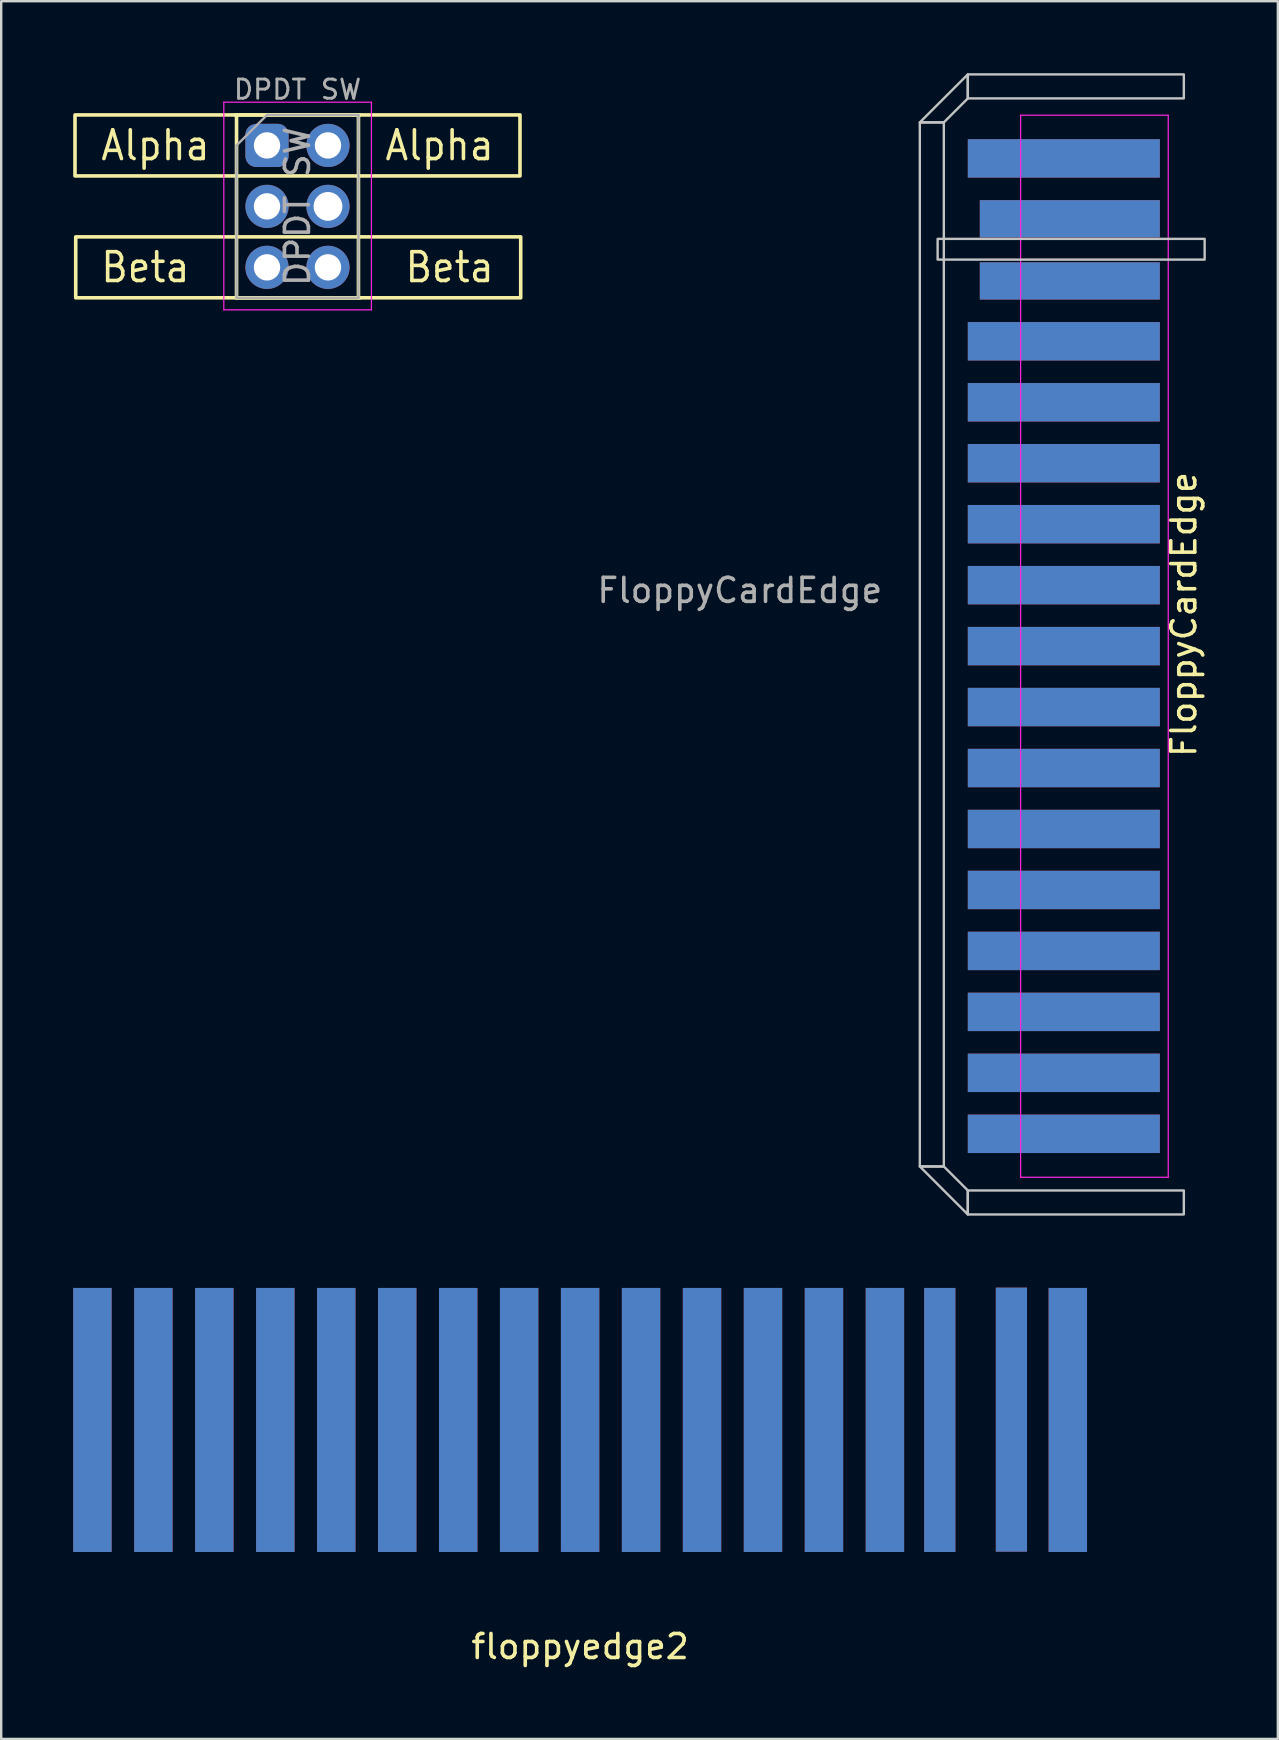
<source format=kicad_pcb>
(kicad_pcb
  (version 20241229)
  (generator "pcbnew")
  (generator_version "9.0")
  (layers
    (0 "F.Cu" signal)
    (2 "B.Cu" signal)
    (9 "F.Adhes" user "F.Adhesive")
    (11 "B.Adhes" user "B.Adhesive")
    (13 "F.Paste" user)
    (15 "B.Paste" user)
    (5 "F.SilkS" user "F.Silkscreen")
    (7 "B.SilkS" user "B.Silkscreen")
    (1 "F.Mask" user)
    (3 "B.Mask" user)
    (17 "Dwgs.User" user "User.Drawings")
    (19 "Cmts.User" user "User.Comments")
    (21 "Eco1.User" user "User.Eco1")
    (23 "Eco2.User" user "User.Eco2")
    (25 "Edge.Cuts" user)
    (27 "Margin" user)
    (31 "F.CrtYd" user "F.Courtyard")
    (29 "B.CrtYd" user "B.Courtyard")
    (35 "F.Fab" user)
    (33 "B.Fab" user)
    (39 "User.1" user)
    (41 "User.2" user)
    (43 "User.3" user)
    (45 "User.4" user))
  (footprint "DPDT SW"
    (layer "F.Cu")
    (at 8.075 3.009)
    (property "Reference" "DPDT SW" (at 1.27 -2.33 0) (layer "F.Fab") (effects (font (size 0.8 0.8) (thickness 0.12))))
    (attr through_hole)
    (fp_line (start -1.33 -1.27) (end 3.87 -1.27) (stroke (width 0.15) (type solid)) (layer "F.SilkS"))
    (fp_line (start -1.27 -1.27) (end -1.27 6.35) (stroke (width 0.15) (type solid)) (layer "F.SilkS"))
    (fp_line (start -1.27 6.35) (end 3.87 6.35) (stroke (width 0.15) (type solid)) (layer "F.SilkS"))
    (fp_line (start 3.81 -1.27) (end 3.81 6.35) (stroke (width 0.15) (type solid)) (layer "F.SilkS"))
    (fp_rect (start -8 -1.27) (end 10.54 1.27) (stroke (width 0.15) (type solid)) (fill no) (layer "F.SilkS"))
    (fp_rect (start -7.97 3.81) (end 10.57 6.35) (stroke (width 0.15) (type solid)) (fill no) (layer "F.SilkS"))
    (fp_line (start -1.8 -1.8) (end -1.8 6.85) (stroke (width 0.05) (type solid)) (layer "F.CrtYd"))
    (fp_line (start -1.8 6.85) (end 4.35 6.85) (stroke (width 0.05) (type solid)) (layer "F.CrtYd"))
    (fp_line (start 4.35 -1.8) (end -1.8 -1.8) (stroke (width 0.05) (type solid)) (layer "F.CrtYd"))
    (fp_line (start 4.35 6.85) (end 4.35 -1.8) (stroke (width 0.05) (type solid)) (layer "F.CrtYd"))
    (fp_line (start -1.27 0) (end 0 -1.27) (stroke (width 0.1) (type solid)) (layer "F.Fab"))
    (fp_line (start -1.27 6.35) (end -1.27 0) (stroke (width 0.1) (type solid)) (layer "F.Fab"))
    (fp_line (start 0 -1.27) (end 3.81 -1.27) (stroke (width 0.1) (type solid)) (layer "F.Fab"))
    (fp_line (start 3.81 -1.27) (end 3.81 6.35) (stroke (width 0.1) (type solid)) (layer "F.Fab"))
    (fp_line (start 3.81 6.35) (end -1.27 6.35) (stroke (width 0.1) (type solid)) (layer "F.Fab"))
    (fp_text user "Alpha" (at -7 0 0) (unlocked yes) (layer "F.SilkS") (effects (font (size 1.2 1.1) (thickness 0.15)) (justify left)))
    (fp_text user "Alpha" (at 9.54 0 0) (unlocked yes) (layer "F.SilkS") (effects (font (size 1.2 1.1) (thickness 0.15)) (justify right)))
    (fp_text user "Beta" (at -7 5.08 0) (unlocked yes) (layer "F.SilkS") (effects (font (size 1.2 1.1) (thickness 0.15)) (justify left)))
    (fp_text user "Beta" (at 9.54 5.08 0) (unlocked yes) (layer "F.SilkS") (effects (font (size 1.2 1.1) (thickness 0.15)) (justify right)))
    (fp_text user "${REFERENCE}" (at 1.27 2.54 90) (layer "F.Fab") (effects (font (size 1 1) (thickness 0.15))))
    (pad "1" thru_hole roundrect (at 0 0) (size 1.8 1.8) (drill 1.1) (layers "*.Cu" "*.Mask") (roundrect_rratio 0.25))
    (pad "2" thru_hole circle (at 0 2.54) (size 1.8 1.8) (drill 1.1) (layers "*.Cu" "*.Mask"))
    (pad "3" thru_hole circle (at 0 5.08) (size 1.8 1.8) (drill 1.1) (layers "*.Cu" "*.Mask"))
    (pad "4" thru_hole circle (at 2.54 0) (size 1.8 1.8) (drill 1.1) (layers "*.Cu" "*.Mask"))
    (pad "5" thru_hole circle (at 2.54 2.54) (size 1.8 1.8) (drill 1.2) (layers "*.Cu" "*.Mask"))
    (pad "6" thru_hole circle (at 2.54 5.08) (size 1.8 1.8) (drill 1.1) (layers "*.Cu" "*.Mask")))
  (footprint "FloppyCardEdge"
    (layer "F.Cu")
    (at 41.274 3.55)
    (property "Reference" "FloppyCardEdge" (at 5 19 90) (layer "F.SilkS") (effects (font (size 1 1) (thickness 0.15))))
    (attr through_hole)
    (fp_poly (pts (xy 4 43) (xy -5 43) (xy -5 -2.5) (xy 4 -2.5)) (stroke (width 0.1) (type solid)) (fill yes) (layer "F.Mask"))
    (fp_poly (pts (xy 4 43) (xy -5 43) (xy -5 -2.5) (xy 4 -2.5)) (stroke (width 0.1) (type solid)) (fill yes) (layer "B.Mask"))
    (fp_poly (pts (xy -5 42) (xy -6 42) (xy -6 -1.5) (xy -5 -1.5)) (stroke (width 0.1) (type solid)) (fill no) (layer "Dwgs.User"))
    (fp_poly (pts (xy -4 -2.5) (xy -5 -1.5) (xy -6 -1.5) (xy -4 -3.5)) (stroke (width 0.1) (type solid)) (fill no) (layer "Dwgs.User"))
    (fp_poly (pts (xy -4 43) (xy -4 44) (xy -6 42) (xy -5 42)) (stroke (width 0.1) (type solid)) (fill no) (layer "Dwgs.User"))
    (fp_poly (pts (xy 5 -2.5) (xy -4 -2.5) (xy -4 -3.5) (xy 5 -3.5)) (stroke (width 0.1) (type solid)) (fill no) (layer "Dwgs.User"))
    (fp_poly (pts (xy 5 44) (xy -4 44) (xy -4 43) (xy 5 43)) (stroke (width 0.1) (type solid)) (fill no) (layer "Dwgs.User"))
    (fp_poly (pts (xy 5.867 4.216) (xy -5.258 4.216) (xy -5.258 3.353) (xy 5.867 3.353)) (stroke (width 0.1) (type solid)) (fill no) (layer "Dwgs.User"))
    (fp_line (start -1.8 -1.8) (end -1.8 42.45) (stroke (width 0.05) (type solid)) (layer "F.CrtYd"))
    (fp_line (start -1.8 42.45) (end 4.35 42.45) (stroke (width 0.05) (type solid)) (layer "F.CrtYd"))
    (fp_line (start 4.35 -1.8) (end -1.8 -1.8) (stroke (width 0.05) (type solid)) (layer "F.CrtYd"))
    (fp_line (start 4.35 42.45) (end 4.35 -1.8) (stroke (width 0.05) (type solid)) (layer "F.CrtYd"))
    (fp_text user "${REFERENCE}" (at -13.5 18 180) (layer "F.Fab") (effects (font (size 1 1) (thickness 0.15))))
    (pad "1" connect rect (at 0 0) (size 8 1.6) (layers "F.Mask" "B.Cu"))
    (pad "2" connect rect (at 0 0) (size 8 1.6) (layers "F.Cu" "F.Mask"))
    (pad "3" connect rect (at 0.25 2.515) (size 7.5 1.55) (layers "F.Mask" "B.Cu"))
    (pad "4" connect rect (at 0.25 2.515) (size 7.5 1.55) (layers "F.Cu" "F.Mask"))
    (pad "5" connect rect (at 0.25 5.105) (size 7.5 1.55) (layers "F.Mask" "B.Cu"))
    (pad "6" connect rect (at 0.25 5.105) (size 7.5 1.55) (layers "F.Cu" "F.Mask"))
    (pad "7" connect rect (at 0 7.62) (size 8 1.6) (layers "F.Mask" "B.Cu"))
    (pad "8" connect rect (at 0 7.62) (size 8 1.6) (layers "F.Cu" "F.Mask"))
    (pad "9" connect rect (at 0 10.16) (size 8 1.6) (layers "F.Mask" "B.Cu"))
    (pad "10" connect rect (at 0 10.16) (size 8 1.6) (layers "F.Cu" "F.Mask"))
    (pad "11" connect rect (at 0 12.7) (size 8 1.6) (layers "F.Mask" "B.Cu"))
    (pad "12" connect rect (at 0 12.7) (size 8 1.6) (layers "F.Cu" "F.Mask"))
    (pad "13" connect rect (at 0 15.24) (size 8 1.6) (layers "F.Mask" "B.Cu"))
    (pad "14" connect rect (at 0 15.24) (size 8 1.6) (layers "F.Cu" "F.Mask"))
    (pad "15" connect rect (at 0 17.78) (size 8 1.6) (layers "F.Mask" "B.Cu"))
    (pad "16" connect rect (at 0 17.78) (size 8 1.6) (layers "F.Cu" "F.Mask"))
    (pad "17" connect rect (at 0 20.32) (size 8 1.6) (layers "F.Mask" "B.Cu"))
    (pad "18" connect rect (at 0 20.32) (size 8 1.6) (layers "F.Cu" "F.Mask"))
    (pad "19" connect rect (at 0 22.86) (size 8 1.6) (layers "F.Mask" "B.Cu"))
    (pad "20" connect rect (at 0 22.86) (size 8 1.6) (layers "F.Cu" "F.Mask"))
    (pad "21" connect rect (at 0 25.4) (size 8 1.6) (layers "F.Mask" "B.Cu"))
    (pad "22" connect rect (at 0 25.4) (size 8 1.6) (layers "F.Cu" "F.Mask"))
    (pad "23" connect rect (at 0 27.94) (size 8 1.6) (layers "F.Mask" "B.Cu"))
    (pad "24" connect rect (at 0 27.94) (size 8 1.6) (layers "F.Cu" "F.Mask"))
    (pad "25" connect rect (at 0 30.48) (size 8 1.6) (layers "F.Mask" "B.Cu"))
    (pad "26" connect rect (at 0 30.48) (size 8 1.6) (layers "F.Cu" "F.Mask"))
    (pad "27" connect rect (at 0 33.02) (size 8 1.6) (layers "F.Mask" "B.Cu"))
    (pad "28" connect rect (at 0 33.02) (size 8 1.6) (layers "F.Cu" "F.Mask"))
    (pad "29" connect rect (at 0 35.56) (size 8 1.6) (layers "F.Mask" "B.Cu"))
    (pad "30" connect rect (at 0 35.56) (size 8 1.6) (layers "F.Cu" "F.Mask"))
    (pad "31" connect rect (at 0 38.1) (size 8 1.6) (layers "F.Mask" "B.Cu"))
    (pad "32" connect rect (at 0 38.1) (size 8 1.6) (layers "F.Cu" "F.Mask"))
    (pad "33" connect rect (at 0 40.64) (size 8 1.6) (layers "F.Mask" "B.Cu"))
    (pad "34" connect rect (at 0 40.64) (size 8 1.6) (layers "F.Cu" "F.Mask")))
  (footprint "floppyedge2"
    (layer "F.Cu")
    (at 21.12 65.053)
    (property "Reference" "floppyedge2" (at 0 0.5 0) (layer "F.SilkS") (effects (font (size 1 1) (thickness 0.15))))
    (attr through_hole)
    (pad "1" smd rect (at 20.32 -8.941) (size 1.6 11) (layers "F.Cu" "F.Mask" "F.Paste"))
    (pad "2" smd rect (at 20.32 -8.941) (size 1.6 11) (layers "B.Cu" "B.Mask" "B.Paste"))
    (pad "3" smd rect (at 17.971 -8.954) (size 1.3 11) (layers "F.Cu" "F.Mask" "F.Paste"))
    (pad "4" smd rect (at 17.971 -8.954) (size 1.3 11) (layers "B.Cu" "B.Mask" "B.Paste"))
    (pad "5" smd rect (at 14.986 -8.941) (size 1.3 11) (layers "F.Cu" "F.Mask" "F.Paste"))
    (pad "6" smd rect (at 14.986 -8.941) (size 1.3 11) (layers "B.Cu" "B.Mask" "B.Paste"))
    (pad "7" smd rect (at 12.7 -8.941) (size 1.6 11) (layers "F.Cu" "F.Mask" "F.Paste"))
    (pad "8" smd rect (at 12.7 -8.941) (size 1.6 11) (layers "B.Cu" "B.Mask" "B.Paste"))
    (pad "9" smd rect (at 10.16 -8.941) (size 1.6 11) (layers "F.Cu" "F.Mask" "F.Paste"))
    (pad "10" smd rect (at 10.16 -8.941) (size 1.6 11) (layers "B.Cu" "B.Mask" "B.Paste"))
    (pad "11" smd rect (at 7.62 -8.941) (size 1.6 11) (layers "F.Cu" "F.Mask" "F.Paste"))
    (pad "12" smd rect (at 7.62 -8.941) (size 1.6 11) (layers "B.Cu" "B.Mask" "B.Paste"))
    (pad "13" smd rect (at 5.08 -8.941) (size 1.6 11) (layers "F.Cu" "F.Mask" "F.Paste"))
    (pad "14" smd rect (at 5.08 -8.941) (size 1.6 11) (layers "B.Cu" "B.Mask" "B.Paste"))
    (pad "15" smd rect (at 2.54 -8.941) (size 1.6 11) (layers "F.Cu" "F.Mask" "F.Paste"))
    (pad "16" smd rect (at 2.54 -8.941) (size 1.6 11) (layers "B.Cu" "B.Mask" "B.Paste"))
    (pad "17" smd rect (at 0 -8.941) (size 1.6 11) (layers "F.Cu" "F.Mask" "F.Paste"))
    (pad "18" smd rect (at 0 -8.941) (size 1.6 11) (layers "B.Cu" "B.Mask" "B.Paste"))
    (pad "19" smd rect (at -2.54 -8.941) (size 1.6 11) (layers "F.Cu" "F.Mask" "F.Paste"))
    (pad "20" smd rect (at -2.54 -8.941) (size 1.6 11) (layers "B.Cu" "B.Mask" "B.Paste"))
    (pad "21" smd rect (at -5.08 -8.941) (size 1.6 11) (layers "F.Cu" "F.Mask" "F.Paste"))
    (pad "22" smd rect (at -5.08 -8.941) (size 1.6 11) (layers "B.Cu" "B.Mask" "B.Paste"))
    (pad "23" smd rect (at -7.62 -8.941) (size 1.6 11) (layers "F.Cu" "F.Mask" "F.Paste"))
    (pad "24" smd rect (at -7.62 -8.941) (size 1.6 11) (layers "B.Cu" "B.Mask" "B.Paste"))
    (pad "25" smd rect (at -10.16 -8.941) (size 1.6 11) (layers "F.Cu" "F.Mask" "F.Paste"))
    (pad "26" smd rect (at -10.16 -8.941) (size 1.6 11) (layers "B.Cu" "B.Mask" "B.Paste"))
    (pad "27" smd rect (at -12.7 -8.941) (size 1.6 11) (layers "F.Cu" "F.Mask" "F.Paste"))
    (pad "28" smd rect (at -12.7 -8.941) (size 1.6 11) (layers "B.Cu" "B.Mask" "B.Paste"))
    (pad "29" smd rect (at -15.24 -8.941) (size 1.6 11) (layers "F.Cu" "F.Mask" "F.Paste"))
    (pad "30" smd rect (at -15.24 -8.941) (size 1.6 11) (layers "B.Cu" "B.Mask" "B.Paste"))
    (pad "31" smd rect (at -17.78 -8.941) (size 1.6 11) (layers "F.Cu" "F.Mask" "F.Paste"))
    (pad "32" smd rect (at -17.78 -8.941) (size 1.6 11) (layers "B.Cu" "B.Mask" "B.Paste"))
    (pad "33" smd rect (at -20.32 -8.941) (size 1.6 11) (layers "F.Cu" "F.Mask" "F.Paste"))
    (pad "34" smd rect (at -20.32 -8.941) (size 1.6 11) (layers "B.Cu" "B.Mask" "B.Paste")))
  (gr_rect
    (start -3 -3)
    (end 50.191 69.402)
    (stroke (width 0.1) (type default))
    (fill no)
    (layer "Edge.Cuts")))
</source>
